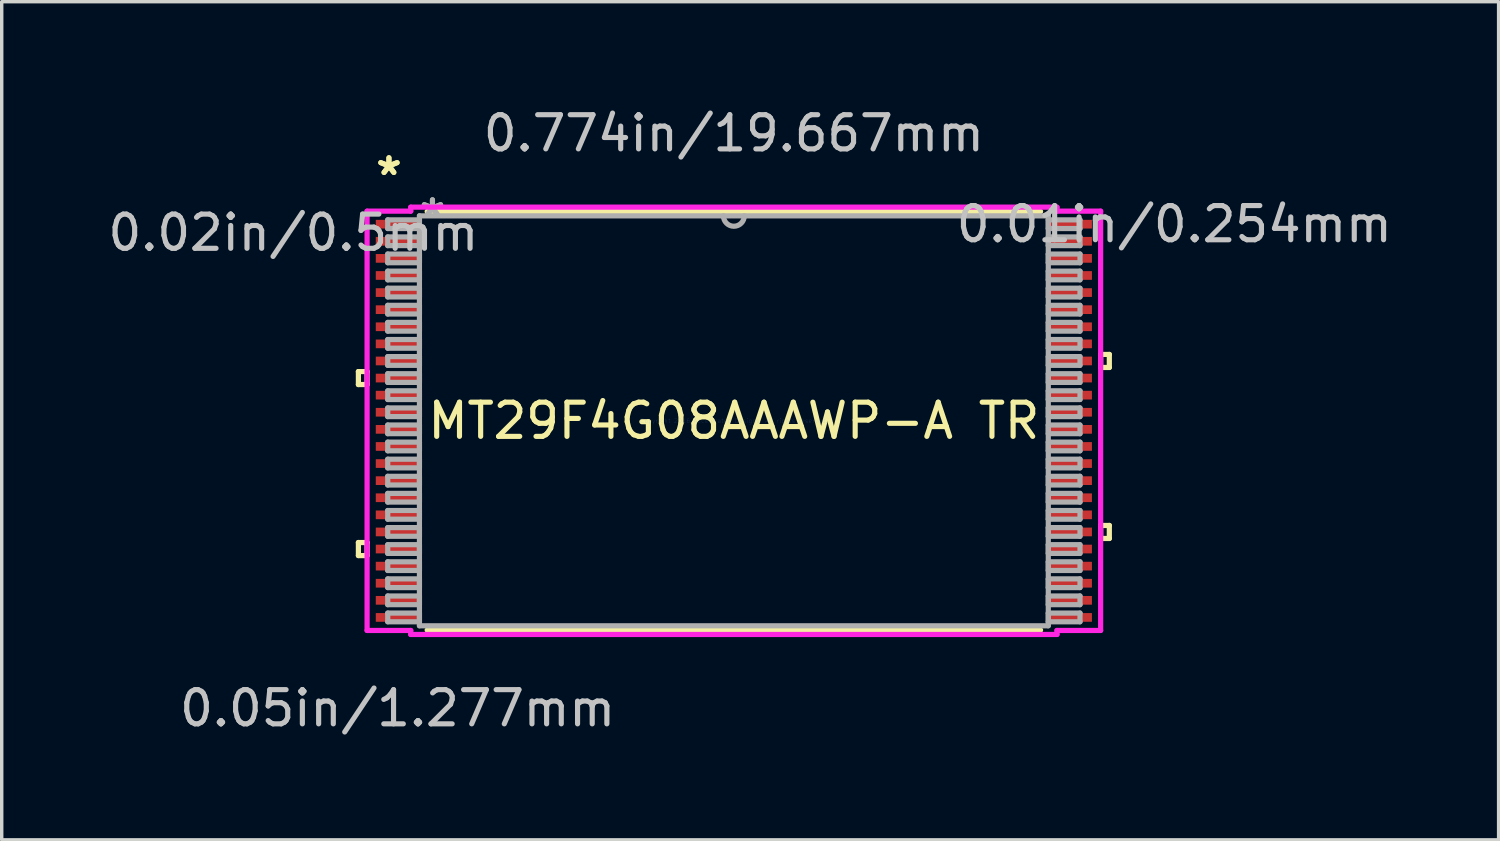
<source format=kicad_pcb>
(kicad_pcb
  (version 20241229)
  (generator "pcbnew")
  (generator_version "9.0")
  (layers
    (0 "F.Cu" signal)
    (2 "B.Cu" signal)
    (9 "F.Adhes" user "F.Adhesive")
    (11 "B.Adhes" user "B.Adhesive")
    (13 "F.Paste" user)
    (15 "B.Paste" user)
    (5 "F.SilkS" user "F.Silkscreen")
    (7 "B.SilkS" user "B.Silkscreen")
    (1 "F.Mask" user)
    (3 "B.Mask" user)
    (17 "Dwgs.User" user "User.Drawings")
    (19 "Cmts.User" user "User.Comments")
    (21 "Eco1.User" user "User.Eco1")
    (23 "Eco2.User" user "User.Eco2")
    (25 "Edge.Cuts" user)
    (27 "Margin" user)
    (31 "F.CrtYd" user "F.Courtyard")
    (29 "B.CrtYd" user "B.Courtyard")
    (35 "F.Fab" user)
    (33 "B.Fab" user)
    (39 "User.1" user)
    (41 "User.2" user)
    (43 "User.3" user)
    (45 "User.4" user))
  (footprint "MT29F4G08AAAWP-A TR"
    (layer "F.Cu")
    (at 18.411 9.256)
    (property "Reference" "MT29F4G08AAAWP-A TR" (at 0 0 0) (layer "F.SilkS") (effects (font (size 1 1) (thickness 0.15))))
    (attr through_hole)
    (fp_line (start -10.98 -1.44) (end -10.98 -1.06) (stroke (width 0.152) (type solid)) (layer "F.SilkS"))
    (fp_line (start -10.98 -1.06) (end -10.726 -1.06) (stroke (width 0.152) (type solid)) (layer "F.SilkS"))
    (fp_line (start -10.98 3.559) (end -10.98 3.941) (stroke (width 0.152) (type solid)) (layer "F.SilkS"))
    (fp_line (start -10.98 3.941) (end -10.726 3.941) (stroke (width 0.152) (type solid)) (layer "F.SilkS"))
    (fp_line (start -10.726 -1.44) (end -10.98 -1.44) (stroke (width 0.152) (type solid)) (layer "F.SilkS"))
    (fp_line (start -10.726 -1.06) (end -10.726 -1.44) (stroke (width 0.152) (type solid)) (layer "F.SilkS"))
    (fp_line (start -10.726 3.559) (end -10.98 3.559) (stroke (width 0.152) (type solid)) (layer "F.SilkS"))
    (fp_line (start -10.726 3.941) (end -10.726 3.559) (stroke (width 0.152) (type solid)) (layer "F.SilkS"))
    (fp_line (start -8.969 6.121) (end 8.969 6.121) (stroke (width 0.152) (type solid)) (layer "F.SilkS"))
    (fp_line (start 8.969 -6.121) (end -8.969 -6.121) (stroke (width 0.152) (type solid)) (layer "F.SilkS"))
    (fp_line (start 10.726 -1.941) (end 10.98 -1.941) (stroke (width 0.152) (type solid)) (layer "F.SilkS"))
    (fp_line (start 10.726 -1.56) (end 10.726 -1.941) (stroke (width 0.152) (type solid)) (layer "F.SilkS"))
    (fp_line (start 10.726 3.06) (end 10.98 3.06) (stroke (width 0.152) (type solid)) (layer "F.SilkS"))
    (fp_line (start 10.726 3.441) (end 10.726 3.06) (stroke (width 0.152) (type solid)) (layer "F.SilkS"))
    (fp_line (start 10.98 -1.941) (end 10.98 -1.56) (stroke (width 0.152) (type solid)) (layer "F.SilkS"))
    (fp_line (start 10.98 -1.56) (end 10.726 -1.56) (stroke (width 0.152) (type solid)) (layer "F.SilkS"))
    (fp_line (start 10.98 3.06) (end 10.98 3.441) (stroke (width 0.152) (type solid)) (layer "F.SilkS"))
    (fp_line (start 10.98 3.441) (end 10.726 3.441) (stroke (width 0.152) (type solid)) (layer "F.SilkS"))
    (fp_line (start -10.726 -6.131) (end -9.449 -6.131) (stroke (width 0.152) (type solid)) (layer "F.CrtYd"))
    (fp_line (start -10.726 6.131) (end -10.726 -6.131) (stroke (width 0.152) (type solid)) (layer "F.CrtYd"))
    (fp_line (start -9.449 -6.248) (end 9.449 -6.248) (stroke (width 0.152) (type solid)) (layer "F.CrtYd"))
    (fp_line (start -9.449 -6.131) (end -9.449 -6.248) (stroke (width 0.152) (type solid)) (layer "F.CrtYd"))
    (fp_line (start -9.449 6.131) (end -10.726 6.131) (stroke (width 0.152) (type solid)) (layer "F.CrtYd"))
    (fp_line (start -9.449 6.248) (end -9.449 6.131) (stroke (width 0.152) (type solid)) (layer "F.CrtYd"))
    (fp_line (start 9.449 -6.248) (end 9.449 -6.131) (stroke (width 0.152) (type solid)) (layer "F.CrtYd"))
    (fp_line (start 9.449 -6.131) (end 10.726 -6.131) (stroke (width 0.152) (type solid)) (layer "F.CrtYd"))
    (fp_line (start 9.449 6.131) (end 9.449 6.248) (stroke (width 0.152) (type solid)) (layer "F.CrtYd"))
    (fp_line (start 9.449 6.248) (end -9.449 6.248) (stroke (width 0.152) (type solid)) (layer "F.CrtYd"))
    (fp_line (start 10.726 -6.131) (end 10.726 6.131) (stroke (width 0.152) (type solid)) (layer "F.CrtYd"))
    (fp_line (start 10.726 6.131) (end 9.449 6.131) (stroke (width 0.152) (type solid)) (layer "F.CrtYd"))
    (fp_line (start -10.122 -5.877) (end -10.122 -5.623) (stroke (width 0.152) (type solid)) (layer "F.Fab"))
    (fp_line (start -10.122 -5.623) (end -9.195 -5.623) (stroke (width 0.152) (type solid)) (layer "F.Fab"))
    (fp_line (start -10.122 -5.377) (end -10.122 -5.123) (stroke (width 0.152) (type solid)) (layer "F.Fab"))
    (fp_line (start -10.122 -5.123) (end -9.195 -5.123) (stroke (width 0.152) (type solid)) (layer "F.Fab"))
    (fp_line (start -10.122 -4.877) (end -10.122 -4.623) (stroke (width 0.152) (type solid)) (layer "F.Fab"))
    (fp_line (start -10.122 -4.623) (end -9.195 -4.623) (stroke (width 0.152) (type solid)) (layer "F.Fab"))
    (fp_line (start -10.122 -4.377) (end -10.122 -4.123) (stroke (width 0.152) (type solid)) (layer "F.Fab"))
    (fp_line (start -10.122 -4.123) (end -9.195 -4.123) (stroke (width 0.152) (type solid)) (layer "F.Fab"))
    (fp_line (start -10.122 -3.877) (end -10.122 -3.623) (stroke (width 0.152) (type solid)) (layer "F.Fab"))
    (fp_line (start -10.122 -3.623) (end -9.195 -3.623) (stroke (width 0.152) (type solid)) (layer "F.Fab"))
    (fp_line (start -10.122 -3.377) (end -10.122 -3.123) (stroke (width 0.152) (type solid)) (layer "F.Fab"))
    (fp_line (start -10.122 -3.123) (end -9.195 -3.123) (stroke (width 0.152) (type solid)) (layer "F.Fab"))
    (fp_line (start -10.122 -2.877) (end -10.122 -2.623) (stroke (width 0.152) (type solid)) (layer "F.Fab"))
    (fp_line (start -10.122 -2.623) (end -9.195 -2.623) (stroke (width 0.152) (type solid)) (layer "F.Fab"))
    (fp_line (start -10.122 -2.377) (end -10.122 -2.123) (stroke (width 0.152) (type solid)) (layer "F.Fab"))
    (fp_line (start -10.122 -2.123) (end -9.195 -2.123) (stroke (width 0.152) (type solid)) (layer "F.Fab"))
    (fp_line (start -10.122 -1.877) (end -10.122 -1.623) (stroke (width 0.152) (type solid)) (layer "F.Fab"))
    (fp_line (start -10.122 -1.623) (end -9.195 -1.623) (stroke (width 0.152) (type solid)) (layer "F.Fab"))
    (fp_line (start -10.122 -1.377) (end -10.122 -1.123) (stroke (width 0.152) (type solid)) (layer "F.Fab"))
    (fp_line (start -10.122 -1.123) (end -9.195 -1.123) (stroke (width 0.152) (type solid)) (layer "F.Fab"))
    (fp_line (start -10.122 -0.877) (end -10.122 -0.623) (stroke (width 0.152) (type solid)) (layer "F.Fab"))
    (fp_line (start -10.122 -0.623) (end -9.195 -0.623) (stroke (width 0.152) (type solid)) (layer "F.Fab"))
    (fp_line (start -10.122 -0.377) (end -10.122 -0.123) (stroke (width 0.152) (type solid)) (layer "F.Fab"))
    (fp_line (start -10.122 -0.123) (end -9.195 -0.123) (stroke (width 0.152) (type solid)) (layer "F.Fab"))
    (fp_line (start -10.122 0.123) (end -10.122 0.377) (stroke (width 0.152) (type solid)) (layer "F.Fab"))
    (fp_line (start -10.122 0.377) (end -9.195 0.377) (stroke (width 0.152) (type solid)) (layer "F.Fab"))
    (fp_line (start -10.122 0.623) (end -10.122 0.877) (stroke (width 0.152) (type solid)) (layer "F.Fab"))
    (fp_line (start -10.122 0.877) (end -9.195 0.877) (stroke (width 0.152) (type solid)) (layer "F.Fab"))
    (fp_line (start -10.122 1.123) (end -10.122 1.377) (stroke (width 0.152) (type solid)) (layer "F.Fab"))
    (fp_line (start -10.122 1.377) (end -9.195 1.377) (stroke (width 0.152) (type solid)) (layer "F.Fab"))
    (fp_line (start -10.122 1.623) (end -10.122 1.877) (stroke (width 0.152) (type solid)) (layer "F.Fab"))
    (fp_line (start -10.122 1.877) (end -9.195 1.877) (stroke (width 0.152) (type solid)) (layer "F.Fab"))
    (fp_line (start -10.122 2.123) (end -10.122 2.377) (stroke (width 0.152) (type solid)) (layer "F.Fab"))
    (fp_line (start -10.122 2.377) (end -9.195 2.377) (stroke (width 0.152) (type solid)) (layer "F.Fab"))
    (fp_line (start -10.122 2.623) (end -10.122 2.877) (stroke (width 0.152) (type solid)) (layer "F.Fab"))
    (fp_line (start -10.122 2.877) (end -9.195 2.877) (stroke (width 0.152) (type solid)) (layer "F.Fab"))
    (fp_line (start -10.122 3.123) (end -10.122 3.377) (stroke (width 0.152) (type solid)) (layer "F.Fab"))
    (fp_line (start -10.122 3.377) (end -9.195 3.377) (stroke (width 0.152) (type solid)) (layer "F.Fab"))
    (fp_line (start -10.122 3.623) (end -10.122 3.877) (stroke (width 0.152) (type solid)) (layer "F.Fab"))
    (fp_line (start -10.122 3.877) (end -9.195 3.877) (stroke (width 0.152) (type solid)) (layer "F.Fab"))
    (fp_line (start -10.122 4.123) (end -10.122 4.377) (stroke (width 0.152) (type solid)) (layer "F.Fab"))
    (fp_line (start -10.122 4.377) (end -9.195 4.377) (stroke (width 0.152) (type solid)) (layer "F.Fab"))
    (fp_line (start -10.122 4.623) (end -10.122 4.877) (stroke (width 0.152) (type solid)) (layer "F.Fab"))
    (fp_line (start -10.122 4.877) (end -9.195 4.877) (stroke (width 0.152) (type solid)) (layer "F.Fab"))
    (fp_line (start -10.122 5.123) (end -10.122 5.377) (stroke (width 0.152) (type solid)) (layer "F.Fab"))
    (fp_line (start -10.122 5.377) (end -9.195 5.377) (stroke (width 0.152) (type solid)) (layer "F.Fab"))
    (fp_line (start -10.122 5.623) (end -10.122 5.877) (stroke (width 0.152) (type solid)) (layer "F.Fab"))
    (fp_line (start -10.122 5.877) (end -9.195 5.877) (stroke (width 0.152) (type solid)) (layer "F.Fab"))
    (fp_line (start -9.195 -5.994) (end -9.195 5.994) (stroke (width 0.152) (type solid)) (layer "F.Fab"))
    (fp_line (start -9.195 -5.877) (end -10.122 -5.877) (stroke (width 0.152) (type solid)) (layer "F.Fab"))
    (fp_line (start -9.195 -5.623) (end -9.195 -5.877) (stroke (width 0.152) (type solid)) (layer "F.Fab"))
    (fp_line (start -9.195 -5.377) (end -10.122 -5.377) (stroke (width 0.152) (type solid)) (layer "F.Fab"))
    (fp_line (start -9.195 -5.123) (end -9.195 -5.377) (stroke (width 0.152) (type solid)) (layer "F.Fab"))
    (fp_line (start -9.195 -4.877) (end -10.122 -4.877) (stroke (width 0.152) (type solid)) (layer "F.Fab"))
    (fp_line (start -9.195 -4.623) (end -9.195 -4.877) (stroke (width 0.152) (type solid)) (layer "F.Fab"))
    (fp_line (start -9.195 -4.377) (end -10.122 -4.377) (stroke (width 0.152) (type solid)) (layer "F.Fab"))
    (fp_line (start -9.195 -4.123) (end -9.195 -4.377) (stroke (width 0.152) (type solid)) (layer "F.Fab"))
    (fp_line (start -9.195 -3.877) (end -10.122 -3.877) (stroke (width 0.152) (type solid)) (layer "F.Fab"))
    (fp_line (start -9.195 -3.623) (end -9.195 -3.877) (stroke (width 0.152) (type solid)) (layer "F.Fab"))
    (fp_line (start -9.195 -3.377) (end -10.122 -3.377) (stroke (width 0.152) (type solid)) (layer "F.Fab"))
    (fp_line (start -9.195 -3.123) (end -9.195 -3.377) (stroke (width 0.152) (type solid)) (layer "F.Fab"))
    (fp_line (start -9.195 -2.877) (end -10.122 -2.877) (stroke (width 0.152) (type solid)) (layer "F.Fab"))
    (fp_line (start -9.195 -2.623) (end -9.195 -2.877) (stroke (width 0.152) (type solid)) (layer "F.Fab"))
    (fp_line (start -9.195 -2.377) (end -10.122 -2.377) (stroke (width 0.152) (type solid)) (layer "F.Fab"))
    (fp_line (start -9.195 -2.123) (end -9.195 -2.377) (stroke (width 0.152) (type solid)) (layer "F.Fab"))
    (fp_line (start -9.195 -1.877) (end -10.122 -1.877) (stroke (width 0.152) (type solid)) (layer "F.Fab"))
    (fp_line (start -9.195 -1.623) (end -9.195 -1.877) (stroke (width 0.152) (type solid)) (layer "F.Fab"))
    (fp_line (start -9.195 -1.377) (end -10.122 -1.377) (stroke (width 0.152) (type solid)) (layer "F.Fab"))
    (fp_line (start -9.195 -1.123) (end -9.195 -1.377) (stroke (width 0.152) (type solid)) (layer "F.Fab"))
    (fp_line (start -9.195 -0.877) (end -10.122 -0.877) (stroke (width 0.152) (type solid)) (layer "F.Fab"))
    (fp_line (start -9.195 -0.623) (end -9.195 -0.877) (stroke (width 0.152) (type solid)) (layer "F.Fab"))
    (fp_line (start -9.195 -0.377) (end -10.122 -0.377) (stroke (width 0.152) (type solid)) (layer "F.Fab"))
    (fp_line (start -9.195 -0.123) (end -9.195 -0.377) (stroke (width 0.152) (type solid)) (layer "F.Fab"))
    (fp_line (start -9.195 0.123) (end -10.122 0.123) (stroke (width 0.152) (type solid)) (layer "F.Fab"))
    (fp_line (start -9.195 0.377) (end -9.195 0.123) (stroke (width 0.152) (type solid)) (layer "F.Fab"))
    (fp_line (start -9.195 0.623) (end -10.122 0.623) (stroke (width 0.152) (type solid)) (layer "F.Fab"))
    (fp_line (start -9.195 0.877) (end -9.195 0.623) (stroke (width 0.152) (type solid)) (layer "F.Fab"))
    (fp_line (start -9.195 1.123) (end -10.122 1.123) (stroke (width 0.152) (type solid)) (layer "F.Fab"))
    (fp_line (start -9.195 1.377) (end -9.195 1.123) (stroke (width 0.152) (type solid)) (layer "F.Fab"))
    (fp_line (start -9.195 1.623) (end -10.122 1.623) (stroke (width 0.152) (type solid)) (layer "F.Fab"))
    (fp_line (start -9.195 1.877) (end -9.195 1.623) (stroke (width 0.152) (type solid)) (layer "F.Fab"))
    (fp_line (start -9.195 2.123) (end -10.122 2.123) (stroke (width 0.152) (type solid)) (layer "F.Fab"))
    (fp_line (start -9.195 2.377) (end -9.195 2.123) (stroke (width 0.152) (type solid)) (layer "F.Fab"))
    (fp_line (start -9.195 2.623) (end -10.122 2.623) (stroke (width 0.152) (type solid)) (layer "F.Fab"))
    (fp_line (start -9.195 2.877) (end -9.195 2.623) (stroke (width 0.152) (type solid)) (layer "F.Fab"))
    (fp_line (start -9.195 3.123) (end -10.122 3.123) (stroke (width 0.152) (type solid)) (layer "F.Fab"))
    (fp_line (start -9.195 3.377) (end -9.195 3.123) (stroke (width 0.152) (type solid)) (layer "F.Fab"))
    (fp_line (start -9.195 3.623) (end -10.122 3.623) (stroke (width 0.152) (type solid)) (layer "F.Fab"))
    (fp_line (start -9.195 3.877) (end -9.195 3.623) (stroke (width 0.152) (type solid)) (layer "F.Fab"))
    (fp_line (start -9.195 4.123) (end -10.122 4.123) (stroke (width 0.152) (type solid)) (layer "F.Fab"))
    (fp_line (start -9.195 4.377) (end -9.195 4.123) (stroke (width 0.152) (type solid)) (layer "F.Fab"))
    (fp_line (start -9.195 4.623) (end -10.122 4.623) (stroke (width 0.152) (type solid)) (layer "F.Fab"))
    (fp_line (start -9.195 4.877) (end -9.195 4.623) (stroke (width 0.152) (type solid)) (layer "F.Fab"))
    (fp_line (start -9.195 5.123) (end -10.122 5.123) (stroke (width 0.152) (type solid)) (layer "F.Fab"))
    (fp_line (start -9.195 5.377) (end -9.195 5.123) (stroke (width 0.152) (type solid)) (layer "F.Fab"))
    (fp_line (start -9.195 5.623) (end -10.122 5.623) (stroke (width 0.152) (type solid)) (layer "F.Fab"))
    (fp_line (start -9.195 5.877) (end -9.195 5.623) (stroke (width 0.152) (type solid)) (layer "F.Fab"))
    (fp_line (start -9.195 5.994) (end 9.195 5.994) (stroke (width 0.152) (type solid)) (layer "F.Fab"))
    (fp_line (start 9.195 -5.994) (end -9.195 -5.994) (stroke (width 0.152) (type solid)) (layer "F.Fab"))
    (fp_line (start 9.195 -5.877) (end 9.195 -5.623) (stroke (width 0.152) (type solid)) (layer "F.Fab"))
    (fp_line (start 9.195 -5.623) (end 10.122 -5.623) (stroke (width 0.152) (type solid)) (layer "F.Fab"))
    (fp_line (start 9.195 -5.377) (end 9.195 -5.123) (stroke (width 0.152) (type solid)) (layer "F.Fab"))
    (fp_line (start 9.195 -5.123) (end 10.122 -5.123) (stroke (width 0.152) (type solid)) (layer "F.Fab"))
    (fp_line (start 9.195 -4.877) (end 9.195 -4.623) (stroke (width 0.152) (type solid)) (layer "F.Fab"))
    (fp_line (start 9.195 -4.623) (end 10.122 -4.623) (stroke (width 0.152) (type solid)) (layer "F.Fab"))
    (fp_line (start 9.195 -4.377) (end 9.195 -4.123) (stroke (width 0.152) (type solid)) (layer "F.Fab"))
    (fp_line (start 9.195 -4.123) (end 10.122 -4.123) (stroke (width 0.152) (type solid)) (layer "F.Fab"))
    (fp_line (start 9.195 -3.877) (end 9.195 -3.623) (stroke (width 0.152) (type solid)) (layer "F.Fab"))
    (fp_line (start 9.195 -3.623) (end 10.122 -3.623) (stroke (width 0.152) (type solid)) (layer "F.Fab"))
    (fp_line (start 9.195 -3.377) (end 9.195 -3.123) (stroke (width 0.152) (type solid)) (layer "F.Fab"))
    (fp_line (start 9.195 -3.123) (end 10.122 -3.123) (stroke (width 0.152) (type solid)) (layer "F.Fab"))
    (fp_line (start 9.195 -2.877) (end 9.195 -2.623) (stroke (width 0.152) (type solid)) (layer "F.Fab"))
    (fp_line (start 9.195 -2.623) (end 10.122 -2.623) (stroke (width 0.152) (type solid)) (layer "F.Fab"))
    (fp_line (start 9.195 -2.377) (end 9.195 -2.123) (stroke (width 0.152) (type solid)) (layer "F.Fab"))
    (fp_line (start 9.195 -2.123) (end 10.122 -2.123) (stroke (width 0.152) (type solid)) (layer "F.Fab"))
    (fp_line (start 9.195 -1.877) (end 9.195 -1.623) (stroke (width 0.152) (type solid)) (layer "F.Fab"))
    (fp_line (start 9.195 -1.623) (end 10.122 -1.623) (stroke (width 0.152) (type solid)) (layer "F.Fab"))
    (fp_line (start 9.195 -1.377) (end 9.195 -1.123) (stroke (width 0.152) (type solid)) (layer "F.Fab"))
    (fp_line (start 9.195 -1.123) (end 10.122 -1.123) (stroke (width 0.152) (type solid)) (layer "F.Fab"))
    (fp_line (start 9.195 -0.877) (end 9.195 -0.623) (stroke (width 0.152) (type solid)) (layer "F.Fab"))
    (fp_line (start 9.195 -0.623) (end 10.122 -0.623) (stroke (width 0.152) (type solid)) (layer "F.Fab"))
    (fp_line (start 9.195 -0.377) (end 9.195 -0.123) (stroke (width 0.152) (type solid)) (layer "F.Fab"))
    (fp_line (start 9.195 -0.123) (end 10.122 -0.123) (stroke (width 0.152) (type solid)) (layer "F.Fab"))
    (fp_line (start 9.195 0.123) (end 9.195 0.377) (stroke (width 0.152) (type solid)) (layer "F.Fab"))
    (fp_line (start 9.195 0.377) (end 10.122 0.377) (stroke (width 0.152) (type solid)) (layer "F.Fab"))
    (fp_line (start 9.195 0.623) (end 9.195 0.877) (stroke (width 0.152) (type solid)) (layer "F.Fab"))
    (fp_line (start 9.195 0.877) (end 10.122 0.877) (stroke (width 0.152) (type solid)) (layer "F.Fab"))
    (fp_line (start 9.195 1.123) (end 9.195 1.377) (stroke (width 0.152) (type solid)) (layer "F.Fab"))
    (fp_line (start 9.195 1.377) (end 10.122 1.377) (stroke (width 0.152) (type solid)) (layer "F.Fab"))
    (fp_line (start 9.195 1.623) (end 9.195 1.877) (stroke (width 0.152) (type solid)) (layer "F.Fab"))
    (fp_line (start 9.195 1.877) (end 10.122 1.877) (stroke (width 0.152) (type solid)) (layer "F.Fab"))
    (fp_line (start 9.195 2.123) (end 9.195 2.377) (stroke (width 0.152) (type solid)) (layer "F.Fab"))
    (fp_line (start 9.195 2.377) (end 10.122 2.377) (stroke (width 0.152) (type solid)) (layer "F.Fab"))
    (fp_line (start 9.195 2.623) (end 9.195 2.877) (stroke (width 0.152) (type solid)) (layer "F.Fab"))
    (fp_line (start 9.195 2.877) (end 10.122 2.877) (stroke (width 0.152) (type solid)) (layer "F.Fab"))
    (fp_line (start 9.195 3.123) (end 9.195 3.377) (stroke (width 0.152) (type solid)) (layer "F.Fab"))
    (fp_line (start 9.195 3.377) (end 10.122 3.377) (stroke (width 0.152) (type solid)) (layer "F.Fab"))
    (fp_line (start 9.195 3.623) (end 9.195 3.877) (stroke (width 0.152) (type solid)) (layer "F.Fab"))
    (fp_line (start 9.195 3.877) (end 10.122 3.877) (stroke (width 0.152) (type solid)) (layer "F.Fab"))
    (fp_line (start 9.195 4.123) (end 9.195 4.377) (stroke (width 0.152) (type solid)) (layer "F.Fab"))
    (fp_line (start 9.195 4.377) (end 10.122 4.377) (stroke (width 0.152) (type solid)) (layer "F.Fab"))
    (fp_line (start 9.195 4.623) (end 9.195 4.877) (stroke (width 0.152) (type solid)) (layer "F.Fab"))
    (fp_line (start 9.195 4.877) (end 10.122 4.877) (stroke (width 0.152) (type solid)) (layer "F.Fab"))
    (fp_line (start 9.195 5.123) (end 9.195 5.377) (stroke (width 0.152) (type solid)) (layer "F.Fab"))
    (fp_line (start 9.195 5.377) (end 10.122 5.377) (stroke (width 0.152) (type solid)) (layer "F.Fab"))
    (fp_line (start 9.195 5.623) (end 9.195 5.877) (stroke (width 0.152) (type solid)) (layer "F.Fab"))
    (fp_line (start 9.195 5.877) (end 10.122 5.877) (stroke (width 0.152) (type solid)) (layer "F.Fab"))
    (fp_line (start 9.195 5.994) (end 9.195 -5.994) (stroke (width 0.152) (type solid)) (layer "F.Fab"))
    (fp_line (start 10.122 -5.877) (end 9.195 -5.877) (stroke (width 0.152) (type solid)) (layer "F.Fab"))
    (fp_line (start 10.122 -5.623) (end 10.122 -5.877) (stroke (width 0.152) (type solid)) (layer "F.Fab"))
    (fp_line (start 10.122 -5.377) (end 9.195 -5.377) (stroke (width 0.152) (type solid)) (layer "F.Fab"))
    (fp_line (start 10.122 -5.123) (end 10.122 -5.377) (stroke (width 0.152) (type solid)) (layer "F.Fab"))
    (fp_line (start 10.122 -4.877) (end 9.195 -4.877) (stroke (width 0.152) (type solid)) (layer "F.Fab"))
    (fp_line (start 10.122 -4.623) (end 10.122 -4.877) (stroke (width 0.152) (type solid)) (layer "F.Fab"))
    (fp_line (start 10.122 -4.377) (end 9.195 -4.377) (stroke (width 0.152) (type solid)) (layer "F.Fab"))
    (fp_line (start 10.122 -4.123) (end 10.122 -4.377) (stroke (width 0.152) (type solid)) (layer "F.Fab"))
    (fp_line (start 10.122 -3.877) (end 9.195 -3.877) (stroke (width 0.152) (type solid)) (layer "F.Fab"))
    (fp_line (start 10.122 -3.623) (end 10.122 -3.877) (stroke (width 0.152) (type solid)) (layer "F.Fab"))
    (fp_line (start 10.122 -3.377) (end 9.195 -3.377) (stroke (width 0.152) (type solid)) (layer "F.Fab"))
    (fp_line (start 10.122 -3.123) (end 10.122 -3.377) (stroke (width 0.152) (type solid)) (layer "F.Fab"))
    (fp_line (start 10.122 -2.877) (end 9.195 -2.877) (stroke (width 0.152) (type solid)) (layer "F.Fab"))
    (fp_line (start 10.122 -2.623) (end 10.122 -2.877) (stroke (width 0.152) (type solid)) (layer "F.Fab"))
    (fp_line (start 10.122 -2.377) (end 9.195 -2.377) (stroke (width 0.152) (type solid)) (layer "F.Fab"))
    (fp_line (start 10.122 -2.123) (end 10.122 -2.377) (stroke (width 0.152) (type solid)) (layer "F.Fab"))
    (fp_line (start 10.122 -1.877) (end 9.195 -1.877) (stroke (width 0.152) (type solid)) (layer "F.Fab"))
    (fp_line (start 10.122 -1.623) (end 10.122 -1.877) (stroke (width 0.152) (type solid)) (layer "F.Fab"))
    (fp_line (start 10.122 -1.377) (end 9.195 -1.377) (stroke (width 0.152) (type solid)) (layer "F.Fab"))
    (fp_line (start 10.122 -1.123) (end 10.122 -1.377) (stroke (width 0.152) (type solid)) (layer "F.Fab"))
    (fp_line (start 10.122 -0.877) (end 9.195 -0.877) (stroke (width 0.152) (type solid)) (layer "F.Fab"))
    (fp_line (start 10.122 -0.623) (end 10.122 -0.877) (stroke (width 0.152) (type solid)) (layer "F.Fab"))
    (fp_line (start 10.122 -0.377) (end 9.195 -0.377) (stroke (width 0.152) (type solid)) (layer "F.Fab"))
    (fp_line (start 10.122 -0.123) (end 10.122 -0.377) (stroke (width 0.152) (type solid)) (layer "F.Fab"))
    (fp_line (start 10.122 0.123) (end 9.195 0.123) (stroke (width 0.152) (type solid)) (layer "F.Fab"))
    (fp_line (start 10.122 0.377) (end 10.122 0.123) (stroke (width 0.152) (type solid)) (layer "F.Fab"))
    (fp_line (start 10.122 0.623) (end 9.195 0.623) (stroke (width 0.152) (type solid)) (layer "F.Fab"))
    (fp_line (start 10.122 0.877) (end 10.122 0.623) (stroke (width 0.152) (type solid)) (layer "F.Fab"))
    (fp_line (start 10.122 1.123) (end 9.195 1.123) (stroke (width 0.152) (type solid)) (layer "F.Fab"))
    (fp_line (start 10.122 1.377) (end 10.122 1.123) (stroke (width 0.152) (type solid)) (layer "F.Fab"))
    (fp_line (start 10.122 1.623) (end 9.195 1.623) (stroke (width 0.152) (type solid)) (layer "F.Fab"))
    (fp_line (start 10.122 1.877) (end 10.122 1.623) (stroke (width 0.152) (type solid)) (layer "F.Fab"))
    (fp_line (start 10.122 2.123) (end 9.195 2.123) (stroke (width 0.152) (type solid)) (layer "F.Fab"))
    (fp_line (start 10.122 2.377) (end 10.122 2.123) (stroke (width 0.152) (type solid)) (layer "F.Fab"))
    (fp_line (start 10.122 2.623) (end 9.195 2.623) (stroke (width 0.152) (type solid)) (layer "F.Fab"))
    (fp_line (start 10.122 2.877) (end 10.122 2.623) (stroke (width 0.152) (type solid)) (layer "F.Fab"))
    (fp_line (start 10.122 3.123) (end 9.195 3.123) (stroke (width 0.152) (type solid)) (layer "F.Fab"))
    (fp_line (start 10.122 3.377) (end 10.122 3.123) (stroke (width 0.152) (type solid)) (layer "F.Fab"))
    (fp_line (start 10.122 3.623) (end 9.195 3.623) (stroke (width 0.152) (type solid)) (layer "F.Fab"))
    (fp_line (start 10.122 3.877) (end 10.122 3.623) (stroke (width 0.152) (type solid)) (layer "F.Fab"))
    (fp_line (start 10.122 4.123) (end 9.195 4.123) (stroke (width 0.152) (type solid)) (layer "F.Fab"))
    (fp_line (start 10.122 4.377) (end 10.122 4.123) (stroke (width 0.152) (type solid)) (layer "F.Fab"))
    (fp_line (start 10.122 4.623) (end 9.195 4.623) (stroke (width 0.152) (type solid)) (layer "F.Fab"))
    (fp_line (start 10.122 4.877) (end 10.122 4.623) (stroke (width 0.152) (type solid)) (layer "F.Fab"))
    (fp_line (start 10.122 5.123) (end 9.195 5.123) (stroke (width 0.152) (type solid)) (layer "F.Fab"))
    (fp_line (start 10.122 5.377) (end 10.122 5.123) (stroke (width 0.152) (type solid)) (layer "F.Fab"))
    (fp_line (start 10.122 5.623) (end 9.195 5.623) (stroke (width 0.152) (type solid)) (layer "F.Fab"))
    (fp_line (start 10.122 5.877) (end 10.122 5.623) (stroke (width 0.152) (type solid)) (layer "F.Fab"))
    (fp_arc (start 0.3048 -5.9944) (mid 0 -5.6896) (end -0.3048 -5.9944) (stroke (width 0.1524) (type solid)) (layer "F.Fab"))
    (fp_text user "*" (at -10.087 -7.147 0) (layer "F.SilkS") (effects (font (size 1 1) (thickness 0.15))))
    (fp_text user "*" (at -10.087 -7.147 0) (layer "F.SilkS") (effects (font (size 1 1) (thickness 0.15))))
    (fp_text user "0.01in/0.254mm" (at 12.881 -5.75 0) (layer "Dwgs.User") (effects (font (size 1 1) (thickness 0.15))))
    (fp_text user "0.02in/0.5mm" (at -12.881 -5.5 0) (layer "Dwgs.User") (effects (font (size 1 1) (thickness 0.15))))
    (fp_text user "0.05in/1.277mm" (at -9.833 8.407 0) (layer "Dwgs.User") (effects (font (size 1 1) (thickness 0.15))))
    (fp_text user "0.774in/19.667mm" (at 0 -8.407 0) (layer "Dwgs.User") (effects (font (size 1 1) (thickness 0.15))))
    (fp_text user "Copyright 2016 Accelerated Designs. All rights reserved." (at 0 0 0) (layer "Cmts.User") (effects (font (size 0.127 0.127) (thickness 0.002))))
    (fp_text user "*" (at -8.814 -5.918 0) (layer "F.Fab") (effects (font (size 1 1) (thickness 0.15))))
    (fp_text user "*" (at -8.814 -5.918 0) (layer "F.Fab") (effects (font (size 1 1) (thickness 0.15))))
    (pad "1" smd rect (at -9.833 -5.75) (size 1.277 0.254) (layers "F.Cu" "F.Mask" "F.Paste"))
    (pad "2" smd rect (at -9.833 -5.25) (size 1.277 0.254) (layers "F.Cu" "F.Mask" "F.Paste"))
    (pad "3" smd rect (at -9.833 -4.75) (size 1.277 0.254) (layers "F.Cu" "F.Mask" "F.Paste"))
    (pad "4" smd rect (at -9.833 -4.25) (size 1.277 0.254) (layers "F.Cu" "F.Mask" "F.Paste"))
    (pad "5" smd rect (at -9.833 -3.75) (size 1.277 0.254) (layers "F.Cu" "F.Mask" "F.Paste"))
    (pad "6" smd rect (at -9.833 -3.25) (size 1.277 0.254) (layers "F.Cu" "F.Mask" "F.Paste"))
    (pad "7" smd rect (at -9.833 -2.75) (size 1.277 0.254) (layers "F.Cu" "F.Mask" "F.Paste"))
    (pad "8" smd rect (at -9.833 -2.25) (size 1.277 0.254) (layers "F.Cu" "F.Mask" "F.Paste"))
    (pad "9" smd rect (at -9.833 -1.75) (size 1.277 0.254) (layers "F.Cu" "F.Mask" "F.Paste"))
    (pad "10" smd rect (at -9.833 -1.25) (size 1.277 0.254) (layers "F.Cu" "F.Mask" "F.Paste"))
    (pad "11" smd rect (at -9.833 -0.75) (size 1.277 0.254) (layers "F.Cu" "F.Mask" "F.Paste"))
    (pad "12" smd rect (at -9.833 -0.25) (size 1.277 0.254) (layers "F.Cu" "F.Mask" "F.Paste"))
    (pad "13" smd rect (at -9.833 0.25) (size 1.277 0.254) (layers "F.Cu" "F.Mask" "F.Paste"))
    (pad "14" smd rect (at -9.833 0.75) (size 1.277 0.254) (layers "F.Cu" "F.Mask" "F.Paste"))
    (pad "15" smd rect (at -9.833 1.25) (size 1.277 0.254) (layers "F.Cu" "F.Mask" "F.Paste"))
    (pad "16" smd rect (at -9.833 1.75) (size 1.277 0.254) (layers "F.Cu" "F.Mask" "F.Paste"))
    (pad "17" smd rect (at -9.833 2.25) (size 1.277 0.254) (layers "F.Cu" "F.Mask" "F.Paste"))
    (pad "18" smd rect (at -9.833 2.75) (size 1.277 0.254) (layers "F.Cu" "F.Mask" "F.Paste"))
    (pad "19" smd rect (at -9.833 3.25) (size 1.277 0.254) (layers "F.Cu" "F.Mask" "F.Paste"))
    (pad "20" smd rect (at -9.833 3.75) (size 1.277 0.254) (layers "F.Cu" "F.Mask" "F.Paste"))
    (pad "21" smd rect (at -9.833 4.25) (size 1.277 0.254) (layers "F.Cu" "F.Mask" "F.Paste"))
    (pad "22" smd rect (at -9.833 4.75) (size 1.277 0.254) (layers "F.Cu" "F.Mask" "F.Paste"))
    (pad "23" smd rect (at -9.833 5.25) (size 1.277 0.254) (layers "F.Cu" "F.Mask" "F.Paste"))
    (pad "24" smd rect (at -9.833 5.75) (size 1.277 0.254) (layers "F.Cu" "F.Mask" "F.Paste"))
    (pad "25" smd rect (at 9.833 5.75) (size 1.277 0.254) (layers "F.Cu" "F.Mask" "F.Paste"))
    (pad "26" smd rect (at 9.833 5.25) (size 1.277 0.254) (layers "F.Cu" "F.Mask" "F.Paste"))
    (pad "27" smd rect (at 9.833 4.75) (size 1.277 0.254) (layers "F.Cu" "F.Mask" "F.Paste"))
    (pad "28" smd rect (at 9.833 4.25) (size 1.277 0.254) (layers "F.Cu" "F.Mask" "F.Paste"))
    (pad "29" smd rect (at 9.833 3.75) (size 1.277 0.254) (layers "F.Cu" "F.Mask" "F.Paste"))
    (pad "30" smd rect (at 9.833 3.25) (size 1.277 0.254) (layers "F.Cu" "F.Mask" "F.Paste"))
    (pad "31" smd rect (at 9.833 2.75) (size 1.277 0.254) (layers "F.Cu" "F.Mask" "F.Paste"))
    (pad "32" smd rect (at 9.833 2.25) (size 1.277 0.254) (layers "F.Cu" "F.Mask" "F.Paste"))
    (pad "33" smd rect (at 9.833 1.75) (size 1.277 0.254) (layers "F.Cu" "F.Mask" "F.Paste"))
    (pad "34" smd rect (at 9.833 1.25) (size 1.277 0.254) (layers "F.Cu" "F.Mask" "F.Paste"))
    (pad "35" smd rect (at 9.833 0.75) (size 1.277 0.254) (layers "F.Cu" "F.Mask" "F.Paste"))
    (pad "36" smd rect (at 9.833 0.25) (size 1.277 0.254) (layers "F.Cu" "F.Mask" "F.Paste"))
    (pad "37" smd rect (at 9.833 -0.25) (size 1.277 0.254) (layers "F.Cu" "F.Mask" "F.Paste"))
    (pad "38" smd rect (at 9.833 -0.75) (size 1.277 0.254) (layers "F.Cu" "F.Mask" "F.Paste"))
    (pad "39" smd rect (at 9.833 -1.25) (size 1.277 0.254) (layers "F.Cu" "F.Mask" "F.Paste"))
    (pad "40" smd rect (at 9.833 -1.75) (size 1.277 0.254) (layers "F.Cu" "F.Mask" "F.Paste"))
    (pad "41" smd rect (at 9.833 -2.25) (size 1.277 0.254) (layers "F.Cu" "F.Mask" "F.Paste"))
    (pad "42" smd rect (at 9.833 -2.75) (size 1.277 0.254) (layers "F.Cu" "F.Mask" "F.Paste"))
    (pad "43" smd rect (at 9.833 -3.25) (size 1.277 0.254) (layers "F.Cu" "F.Mask" "F.Paste"))
    (pad "44" smd rect (at 9.833 -3.75) (size 1.277 0.254) (layers "F.Cu" "F.Mask" "F.Paste"))
    (pad "45" smd rect (at 9.833 -4.25) (size 1.277 0.254) (layers "F.Cu" "F.Mask" "F.Paste"))
    (pad "46" smd rect (at 9.833 -4.75) (size 1.277 0.254) (layers "F.Cu" "F.Mask" "F.Paste"))
    (pad "47" smd rect (at 9.833 -5.25) (size 1.277 0.254) (layers "F.Cu" "F.Mask" "F.Paste"))
    (pad "48" smd rect (at 9.833 -5.75) (size 1.277 0.254) (layers "F.Cu" "F.Mask" "F.Paste")))
  (gr_rect
    (start -3 -3)
    (end 40.775 21.511)
    (stroke (width 0.1) (type default))
    (fill no)
    (layer "Edge.Cuts")))
</source>
